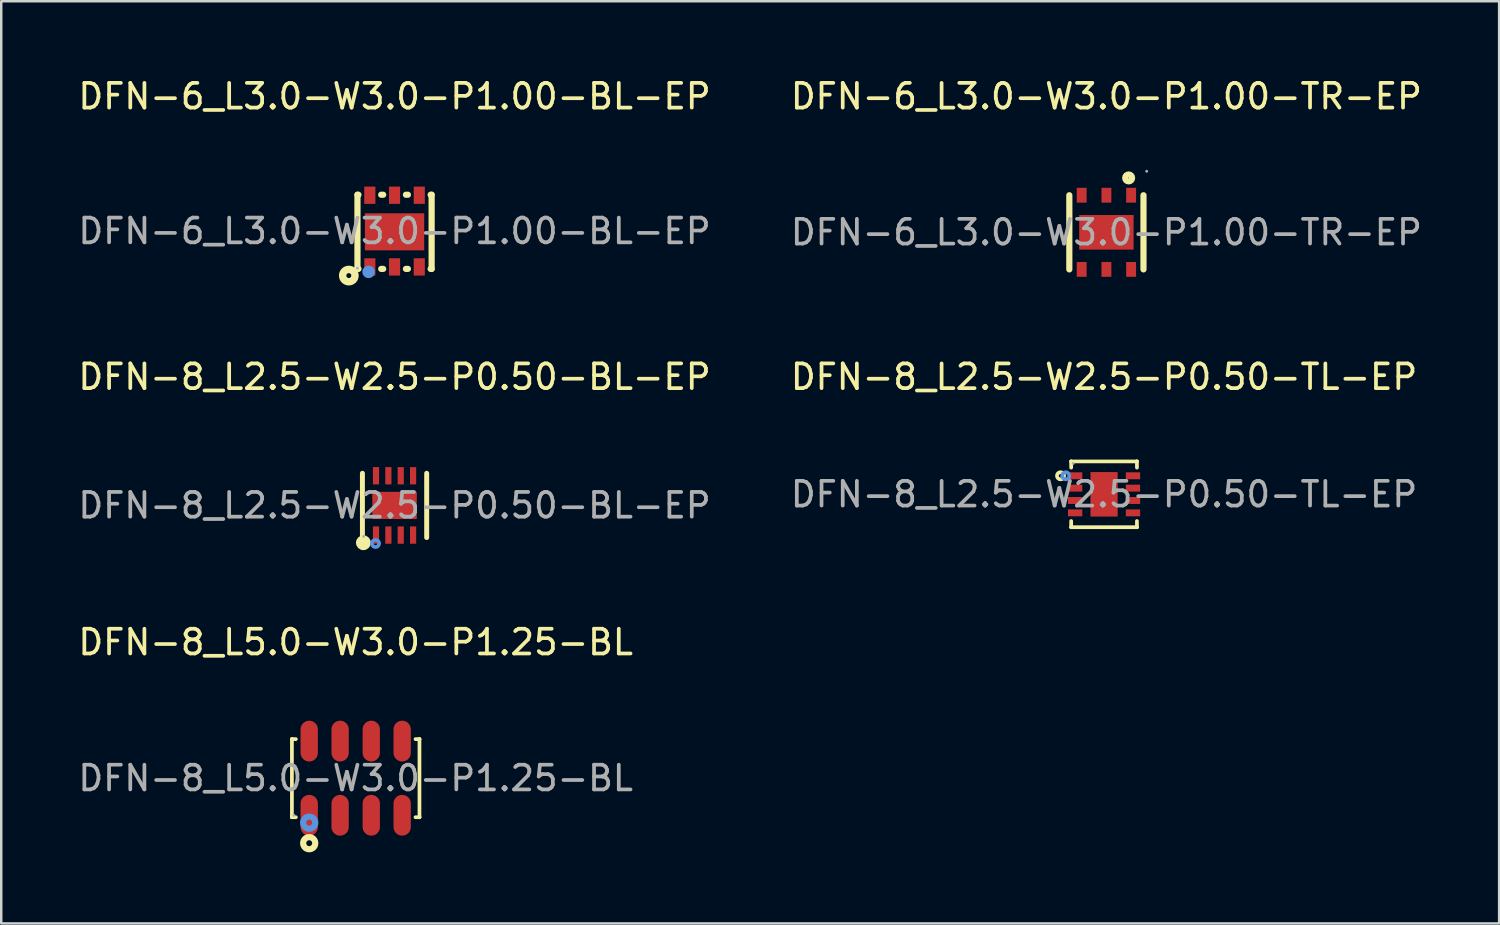
<source format=kicad_pcb>
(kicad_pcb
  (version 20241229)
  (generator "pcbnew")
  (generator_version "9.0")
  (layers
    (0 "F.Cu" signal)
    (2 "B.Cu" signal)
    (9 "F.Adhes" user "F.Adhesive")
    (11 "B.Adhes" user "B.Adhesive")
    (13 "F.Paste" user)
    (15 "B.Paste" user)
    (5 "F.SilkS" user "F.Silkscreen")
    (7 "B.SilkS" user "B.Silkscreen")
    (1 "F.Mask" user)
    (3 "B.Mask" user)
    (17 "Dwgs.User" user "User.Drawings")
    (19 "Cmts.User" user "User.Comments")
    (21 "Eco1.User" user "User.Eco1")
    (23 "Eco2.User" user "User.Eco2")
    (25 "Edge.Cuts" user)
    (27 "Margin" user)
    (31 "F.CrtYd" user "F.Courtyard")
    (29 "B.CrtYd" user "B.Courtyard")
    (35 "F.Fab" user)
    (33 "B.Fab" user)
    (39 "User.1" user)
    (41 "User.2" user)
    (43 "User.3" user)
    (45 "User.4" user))
  (footprint "DFN-8_L5.0-W3.0-P1.25-BL"
    (layer "F.Cu")
    (at 11.339 28.43)
    (property "Reference" "DFN-8_L5.0-W3.0-P1.25-BL" (at 0 -5.5 0) (layer "F.SilkS") (effects (font (size 1 1) (thickness 0.15))))
    (attr through_hole)
    (fp_line (start -2.58 -1.58) (end -2.58 -1.58) (stroke (width 0.15) (type solid)) (layer "F.SilkS"))
    (fp_line (start -2.58 -1.58) (end -2.42 -1.58) (stroke (width 0.15) (type solid)) (layer "F.SilkS"))
    (fp_line (start -2.58 1.58) (end -2.58 -1.58) (stroke (width 0.15) (type solid)) (layer "F.SilkS"))
    (fp_line (start -2.58 1.58) (end -2.58 1.58) (stroke (width 0.15) (type solid)) (layer "F.SilkS"))
    (fp_line (start -2.42 1.58) (end -2.58 1.58) (stroke (width 0.15) (type solid)) (layer "F.SilkS"))
    (fp_line (start 2.42 1.58) (end 2.58 1.58) (stroke (width 0.15) (type solid)) (layer "F.SilkS"))
    (fp_line (start 2.58 -1.58) (end 2.42 -1.58) (stroke (width 0.15) (type solid)) (layer "F.SilkS"))
    (fp_line (start 2.58 -1.58) (end 2.58 -1.58) (stroke (width 0.15) (type solid)) (layer "F.SilkS"))
    (fp_line (start 2.58 1.58) (end 2.58 -1.58) (stroke (width 0.15) (type solid)) (layer "F.SilkS"))
    (fp_line (start 2.58 1.58) (end 2.58 1.58) (stroke (width 0.15) (type solid)) (layer "F.SilkS"))
    (fp_circle (center -1.88 2.63) (end -1.76 2.63) (stroke (width 0.25) (type solid)) (fill no) (layer "F.SilkS"))
    (fp_circle (center -1.88 1.8) (end -1.76 1.8) (stroke (width 0.25) (type solid)) (fill no) (layer "Cmts.User"))
    (fp_circle (center -2.5 1.5) (end -2.47 1.5) (stroke (width 0.06) (type solid)) (fill no) (layer "F.Fab"))
    (fp_text user "${REFERENCE}" (at 0 0 0) (layer "F.Fab") (effects (font (size 1 1) (thickness 0.15))))
    (pad "1" smd oval (at -1.88 1.5) (size 0.7 1.65) (layers "F.Cu" "F.Mask" "F.Paste"))
    (pad "2" smd oval (at -0.63 1.5) (size 0.7 1.65) (layers "F.Cu" "F.Mask" "F.Paste"))
    (pad "3" smd oval (at 0.63 1.5) (size 0.7 1.65) (layers "F.Cu" "F.Mask" "F.Paste"))
    (pad "4" smd oval (at 1.88 1.5) (size 0.7 1.65) (layers "F.Cu" "F.Mask" "F.Paste"))
    (pad "5" smd oval (at 1.88 -1.5) (size 0.7 1.65) (layers "F.Cu" "F.Mask" "F.Paste"))
    (pad "6" smd oval (at 0.63 -1.5) (size 0.7 1.65) (layers "F.Cu" "F.Mask" "F.Paste"))
    (pad "7" smd oval (at -0.63 -1.5) (size 0.7 1.65) (layers "F.Cu" "F.Mask" "F.Paste"))
    (pad "8" smd oval (at -1.88 -1.5) (size 0.7 1.65) (layers "F.Cu" "F.Mask" "F.Paste")))
  (footprint "DFN-6_L3.0-W3.0-P1.00-BL-EP"
    (layer "F.Cu")
    (at 12.911 6.298)
    (property "Reference" "DFN-6_L3.0-W3.0-P1.00-BL-EP" (at 0 -5.45 0) (layer "F.SilkS") (effects (font (size 1 1) (thickness 0.15))))
    (attr through_hole)
    (fp_line (start -1.5 -1.47) (end -1.46 -1.47) (stroke (width 0.25) (type solid)) (layer "F.SilkS"))
    (fp_line (start -1.5 1.53) (end -1.5 -1.47) (stroke (width 0.25) (type solid)) (layer "F.SilkS"))
    (fp_line (start -1.5 1.53) (end -1.46 1.53) (stroke (width 0.25) (type solid)) (layer "F.SilkS"))
    (fp_line (start -0.54 -1.47) (end -0.46 -1.47) (stroke (width 0.25) (type solid)) (layer "F.SilkS"))
    (fp_line (start -0.54 1.53) (end -0.46 1.53) (stroke (width 0.25) (type solid)) (layer "F.SilkS"))
    (fp_line (start 0.46 -1.47) (end 0.54 -1.47) (stroke (width 0.25) (type solid)) (layer "F.SilkS"))
    (fp_line (start 0.46 1.53) (end 0.54 1.53) (stroke (width 0.25) (type solid)) (layer "F.SilkS"))
    (fp_line (start 1.46 -1.47) (end 1.5 -1.47) (stroke (width 0.25) (type solid)) (layer "F.SilkS"))
    (fp_line (start 1.46 1.53) (end 1.5 1.53) (stroke (width 0.25) (type solid)) (layer "F.SilkS"))
    (fp_line (start 1.5 1.53) (end 1.5 -1.47) (stroke (width 0.25) (type solid)) (layer "F.SilkS"))
    (fp_circle (center -1.85 1.8) (end -1.75 1.8) (stroke (width 0.3) (type solid)) (fill no) (layer "F.SilkS"))
    (fp_circle (center -1.05 1.65) (end -0.92 1.65) (stroke (width 0.25) (type solid)) (fill no) (layer "Cmts.User"))
    (fp_circle (center -1.5 1.5) (end -1.47 1.5) (stroke (width 0.06) (type solid)) (fill no) (layer "F.Fab"))
    (fp_text user "${REFERENCE}" (at 0 0 0) (layer "F.Fab") (effects (font (size 1 1) (thickness 0.15))))
    (pad "1" smd rect (at -1 1.45) (size 0.45 0.7) (layers "F.Cu" "F.Mask" "F.Paste"))
    (pad "2" smd rect (at 0 1.45) (size 0.45 0.7) (layers "F.Cu" "F.Mask" "F.Paste"))
    (pad "3" smd rect (at 1 1.45) (size 0.45 0.7) (layers "F.Cu" "F.Mask" "F.Paste"))
    (pad "4" smd rect (at 1 -1.45) (size 0.45 0.7) (layers "F.Cu" "F.Mask" "F.Paste"))
    (pad "5" smd rect (at 0 -1.45) (size 0.45 0.7) (layers "F.Cu" "F.Mask" "F.Paste"))
    (pad "6" smd rect (at -1 -1.45) (size 0.45 0.7) (layers "F.Cu" "F.Mask" "F.Paste"))
    (pad "7" smd rect (at 0 0.03) (size 2.4 1.5) (layers "F.Cu" "F.Mask" "F.Paste")))
  (footprint "DFN-8_L2.5-W2.5-P0.50-TL-EP"
    (layer "F.Cu")
    (at 41.613 16.947)
    (property "Reference" "DFN-8_L2.5-W2.5-P0.50-TL-EP" (at 0 -4.75 0) (layer "F.SilkS") (effects (font (size 1 1) (thickness 0.15))))
    (attr through_hole)
    (fp_line (start -1.33 -1.33) (end -1.33 -1.33) (stroke (width 0.15) (type solid)) (layer "F.SilkS"))
    (fp_line (start -1.33 -1.33) (end 1.33 -1.33) (stroke (width 0.15) (type solid)) (layer "F.SilkS"))
    (fp_line (start -1.33 -1.08) (end -1.33 -1.33) (stroke (width 0.15) (type solid)) (layer "F.SilkS"))
    (fp_line (start -1.33 1.08) (end -1.33 1.33) (stroke (width 0.15) (type solid)) (layer "F.SilkS"))
    (fp_line (start -1.33 1.33) (end -1.33 1.33) (stroke (width 0.15) (type solid)) (layer "F.SilkS"))
    (fp_line (start -1.33 1.33) (end 1.33 1.33) (stroke (width 0.15) (type solid)) (layer "F.SilkS"))
    (fp_line (start 1.33 -1.33) (end 1.33 -1.33) (stroke (width 0.15) (type solid)) (layer "F.SilkS"))
    (fp_line (start 1.33 -1.33) (end 1.33 -1.08) (stroke (width 0.15) (type solid)) (layer "F.SilkS"))
    (fp_line (start 1.33 1.33) (end 1.33 1.08) (stroke (width 0.15) (type solid)) (layer "F.SilkS"))
    (fp_line (start 1.33 1.33) (end 1.33 1.33) (stroke (width 0.15) (type solid)) (layer "F.SilkS"))
    (fp_circle (center -1.76 -0.75) (end -1.69 -0.75) (stroke (width 0.15) (type solid)) (fill no) (layer "F.SilkS"))
    (fp_circle (center -1.55 -0.75) (end -1.48 -0.75) (stroke (width 0.15) (type solid)) (fill no) (layer "Cmts.User"))
    (fp_circle (center -1.25 -1.25) (end -1.22 -1.25) (stroke (width 0.06) (type solid)) (fill no) (layer "F.Fab"))
    (fp_text user "${REFERENCE}" (at 0 0 0) (layer "F.Fab") (effects (font (size 1 1) (thickness 0.15))))
    (pad "1" smd rect (at -1.17 -0.75) (size 0.58 0.28) (layers "F.Cu" "F.Mask" "F.Paste"))
    (pad "2" smd rect (at -1.17 -0.25) (size 0.58 0.28) (layers "F.Cu" "F.Mask" "F.Paste"))
    (pad "3" smd rect (at -1.17 0.25) (size 0.58 0.28) (layers "F.Cu" "F.Mask" "F.Paste"))
    (pad "4" smd rect (at -1.17 0.75) (size 0.58 0.28) (layers "F.Cu" "F.Mask" "F.Paste"))
    (pad "5" smd rect (at 1.17 0.75) (size 0.58 0.28) (layers "F.Cu" "F.Mask" "F.Paste"))
    (pad "6" smd rect (at 1.17 0.25) (size 0.58 0.28) (layers "F.Cu" "F.Mask" "F.Paste"))
    (pad "7" smd rect (at 1.17 -0.25) (size 0.58 0.28) (layers "F.Cu" "F.Mask" "F.Paste"))
    (pad "8" smd rect (at 1.17 -0.75) (size 0.58 0.28) (layers "F.Cu" "F.Mask" "F.Paste"))
    (pad "9" smd rect (at 0 0) (size 1.1 1.8) (layers "F.Cu" "F.Mask" "F.Paste")))
  (footprint "DFN-8_L2.5-W2.5-P0.50-BL-EP"
    (layer "F.Cu")
    (at 12.911 17.396)
    (property "Reference" "DFN-8_L2.5-W2.5-P0.50-BL-EP" (at 0 -5.2 0) (layer "F.SilkS") (effects (font (size 1 1) (thickness 0.15))))
    (attr through_hole)
    (fp_line (start -1.3 1.3) (end -1.3 -1.3) (stroke (width 0.2) (type solid)) (layer "F.SilkS"))
    (fp_line (start 1.3 1.3) (end 1.3 -1.3) (stroke (width 0.2) (type solid)) (layer "F.SilkS"))
    (fp_arc (start -1.26 1.51) (mid -1.26 1.51) (end -1.26 1.51) (stroke (width 0.3) (type solid)) (layer "F.SilkS"))
    (fp_circle (center -0.77 1.54) (end -0.7 1.54) (stroke (width 0.15) (type solid)) (fill no) (layer "Cmts.User"))
    (fp_circle (center -1.25 1.25) (end -1.22 1.25) (stroke (width 0.06) (type solid)) (fill no) (layer "F.Fab"))
    (fp_text user "${REFERENCE}" (at 0 0 0) (layer "F.Fab") (effects (font (size 1 1) (thickness 0.15))))
    (pad "1" smd rect (at -0.75 1.2) (size 0.25 0.7) (layers "F.Cu" "F.Mask" "F.Paste"))
    (pad "2" smd rect (at -0.25 1.2) (size 0.25 0.7) (layers "F.Cu" "F.Mask" "F.Paste"))
    (pad "3" smd rect (at 0.25 1.2) (size 0.25 0.7) (layers "F.Cu" "F.Mask" "F.Paste"))
    (pad "4" smd rect (at 0.75 1.2) (size 0.25 0.7) (layers "F.Cu" "F.Mask" "F.Paste"))
    (pad "5" smd rect (at 0.75 -1.2) (size 0.25 0.7) (layers "F.Cu" "F.Mask" "F.Paste"))
    (pad "6" smd rect (at 0.25 -1.2) (size 0.25 0.7) (layers "F.Cu" "F.Mask" "F.Paste"))
    (pad "7" smd rect (at -0.25 -1.2) (size 0.25 0.7) (layers "F.Cu" "F.Mask" "F.Paste"))
    (pad "8" smd rect (at -0.75 -1.2) (size 0.25 0.7) (layers "F.Cu" "F.Mask" "F.Paste"))
    (pad "9" smd rect (at 0 0) (size 1.8 1.1) (layers "F.Cu" "F.Mask" "F.Paste")))
  (footprint "DFN-6_L3.0-W3.0-P1.00-TR-EP"
    (layer "F.Cu")
    (at 41.708 6.348)
    (property "Reference" "DFN-6_L3.0-W3.0-P1.00-TR-EP" (at 0 -5.5 0) (layer "F.SilkS") (effects (font (size 1 1) (thickness 0.15))))
    (attr through_hole)
    (fp_line (start -1.5 1.5) (end -1.5 -1.5) (stroke (width 0.25) (type solid)) (layer "F.SilkS"))
    (fp_line (start 1.5 1.5) (end 1.5 -1.5) (stroke (width 0.25) (type solid)) (layer "F.SilkS"))
    (fp_circle (center 0.9 -2.2) (end 1.04 -2.2) (stroke (width 0.25) (type solid)) (fill no) (layer "F.SilkS"))
    (fp_circle (center 1.63 -2.47) (end 1.66 -2.47) (stroke (width 0.06) (type solid)) (fill no) (layer "F.Fab"))
    (fp_text user "${REFERENCE}" (at 0 0 0) (layer "F.Fab") (effects (font (size 1 1) (thickness 0.15))))
    (pad "1" smd rect (at 1 -1.5) (size 0.4 0.6) (layers "F.Cu" "F.Mask" "F.Paste"))
    (pad "2" smd rect (at 0 -1.5) (size 0.4 0.6) (layers "F.Cu" "F.Mask" "F.Paste"))
    (pad "3" smd rect (at -1 -1.5) (size 0.4 0.6) (layers "F.Cu" "F.Mask" "F.Paste"))
    (pad "4" smd rect (at -1 1.5) (size 0.4 0.6) (layers "F.Cu" "F.Mask" "F.Paste"))
    (pad "5" smd rect (at 0 1.5) (size 0.4 0.6) (layers "F.Cu" "F.Mask" "F.Paste"))
    (pad "6" smd rect (at 1 1.5) (size 0.4 0.6) (layers "F.Cu" "F.Mask" "F.Paste"))
    (pad "7" smd rect (at 0 0) (size 2.2 1.4) (layers "F.Cu" "F.Mask" "F.Paste")))
  (gr_rect
    (start -3 -3)
    (end 57.595 34.305)
    (stroke (width 0.1) (type default))
    (fill no)
    (layer "Edge.Cuts")))
</source>
